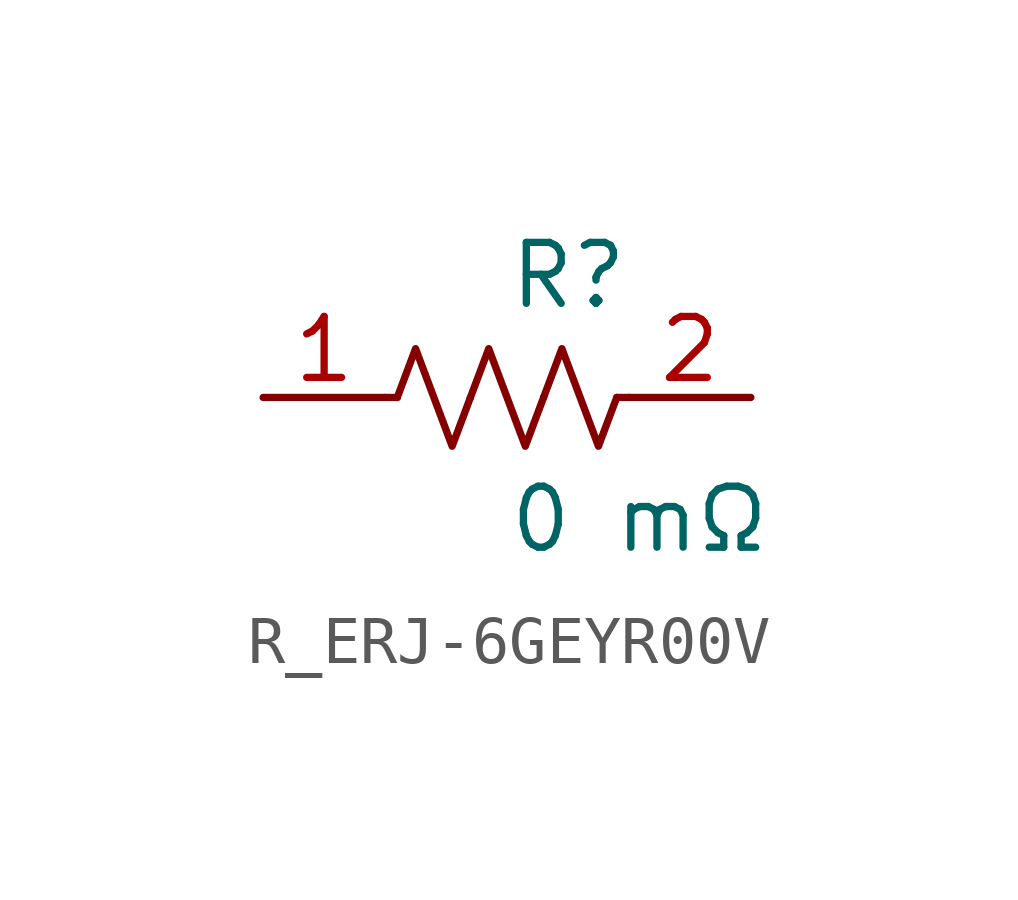
<source format=kicad_sym>
(kicad_symbol_lib
  (version 20231120)
  (generator kicad_symbol_editor)
  (generator_version 8.0)
  (symbol "R_ERJ-6GEYR00V"
    (pin_names
      (offset 0.254))
    (property "Reference" "R"
      (at 0 2.54 0)
      (effects (font (size 1.27 1.27)) (justify left)))
    (property "Value" "0 mΩ"
      (at 0 -2.54 0)
      (effects (font (size 1.27 1.27)) (justify left)))
    (symbol "R_ERJ-6GEYR00V_0_1"
      (polyline (pts (xy 2.286 0) (xy 2.54 0)) (stroke (width 0) (type default)) (fill (type none)))
      (polyline (pts (xy -2.286 0) (xy -2.54 0)) (stroke (width 0) (type default)) (fill (type none)))
      (polyline (pts (xy 0.762 0) (xy 1.143 1.016) (xy 1.524 0) (xy 1.905 -1.016) (xy 2.286 0)) (stroke (width 0) (type default)) (fill (type none)))
      (polyline (pts (xy -0.762 0) (xy -0.381 1.016) (xy 0 0) (xy 0.381 -1.016) (xy 0.762 0)) (stroke (width 0) (type default)) (fill (type none)))
      (polyline (pts (xy -2.286 0) (xy -1.905 1.016) (xy -1.524 0) (xy -1.143 -1.016) (xy -0.762 0)) (stroke (width 0) (type default)) (fill (type none))))
    (pin passive line
      (at -5.08 0 0)
      (length 2.54)
      (name "" (effects (font (size 1.27 1.27))))
      (number "1" (effects (font (size 1.27 1.27)))))
    (pin passive line
      (at 5.08 0 180)
      (length 2.54)
      (name "" (effects (font (size 1.27 1.27))))
      (number "2" (effects (font (size 1.27 1.27)))))))
</source>
